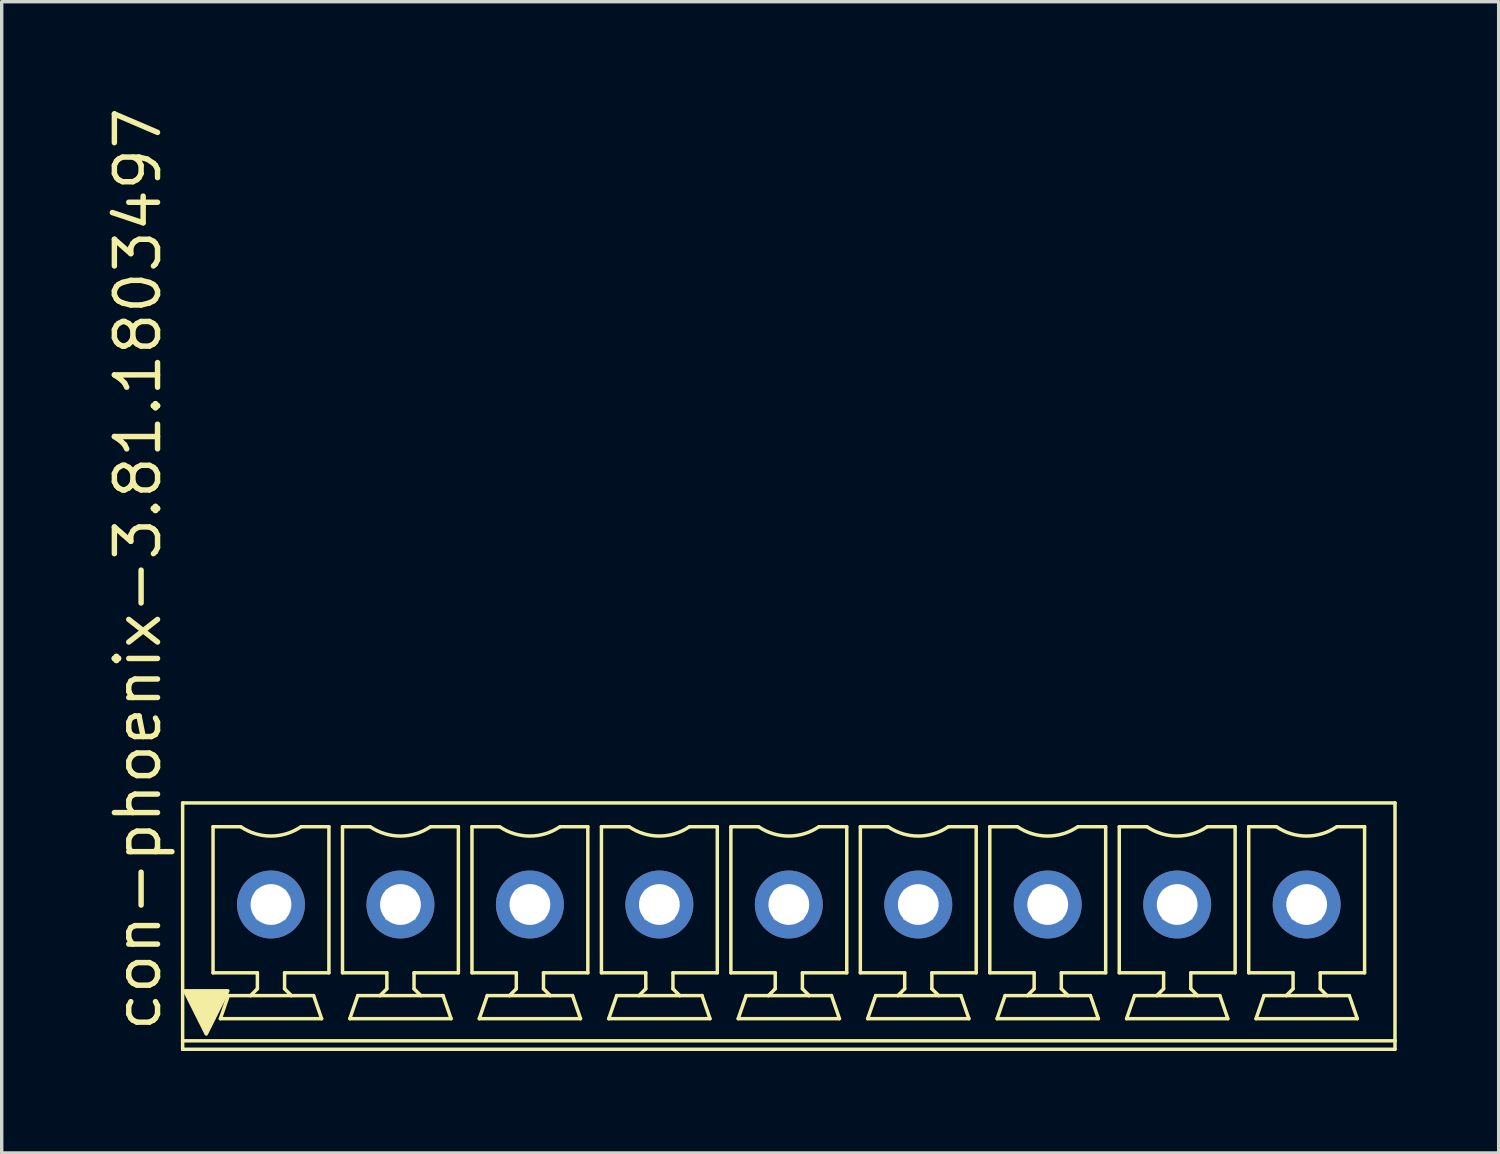
<source format=kicad_pcb>
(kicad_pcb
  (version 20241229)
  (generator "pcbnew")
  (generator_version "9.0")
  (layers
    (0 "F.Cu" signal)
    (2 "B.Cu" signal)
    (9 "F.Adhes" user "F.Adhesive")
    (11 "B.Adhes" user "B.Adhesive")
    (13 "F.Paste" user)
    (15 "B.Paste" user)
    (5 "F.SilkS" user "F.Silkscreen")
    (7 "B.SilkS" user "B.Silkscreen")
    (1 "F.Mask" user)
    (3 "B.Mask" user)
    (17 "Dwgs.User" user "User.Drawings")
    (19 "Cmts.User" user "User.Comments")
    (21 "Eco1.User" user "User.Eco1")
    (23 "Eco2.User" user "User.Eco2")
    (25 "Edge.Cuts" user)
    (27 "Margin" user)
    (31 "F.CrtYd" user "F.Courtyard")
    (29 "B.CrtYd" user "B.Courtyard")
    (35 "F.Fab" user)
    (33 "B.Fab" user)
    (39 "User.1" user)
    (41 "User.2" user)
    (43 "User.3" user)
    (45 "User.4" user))
  (footprint "con-phoenix-3.81.1803497"
    (layer "F.Cu")
    (at 20.165 24.205)
    (property "Reference" "con-phoenix-3.81.1803497" (at -18.415 3.175 90) (layer "F.SilkS") (effects (font (size 1.27 1.27) (thickness 0.16)) (justify left bottom)))
    (attr through_hole)
    (fp_line (start -17.84 3.375) (end -17.84 -3.625) (stroke (width 0.102) (type default)) (layer "F.SilkS"))
    (fp_line (start -17.84 3.375) (end 17.84 3.375) (stroke (width 0.102) (type default)) (layer "F.SilkS"))
    (fp_line (start -17.84 3.625) (end -17.84 3.375) (stroke (width 0.102) (type default)) (layer "F.SilkS"))
    (fp_line (start -17.84 3.625) (end 17.84 3.625) (stroke (width 0.102) (type default)) (layer "F.SilkS"))
    (fp_line (start -16.945 -2.925) (end -16.14 -2.925) (stroke (width 0.102) (type default)) (layer "F.SilkS"))
    (fp_line (start -16.945 1.375) (end -16.945 -2.925) (stroke (width 0.102) (type default)) (layer "F.SilkS"))
    (fp_line (start -16.73 2.725) (end -16.495 2.045) (stroke (width 0.102) (type default)) (layer "F.SilkS"))
    (fp_line (start -16.495 2.045) (end -15.84 2.045) (stroke (width 0.102) (type default)) (layer "F.SilkS"))
    (fp_line (start -15.84 2.045) (end -15.64 1.845) (stroke (width 0.102) (type default)) (layer "F.SilkS"))
    (fp_line (start -15.84 2.045) (end -14.64 2.045) (stroke (width 0.102) (type default)) (layer "F.SilkS"))
    (fp_line (start -15.64 1.375) (end -16.945 1.375) (stroke (width 0.102) (type default)) (layer "F.SilkS"))
    (fp_line (start -15.64 1.845) (end -15.64 1.375) (stroke (width 0.102) (type default)) (layer "F.SilkS"))
    (fp_line (start -14.84 1.375) (end -14.84 1.845) (stroke (width 0.102) (type default)) (layer "F.SilkS"))
    (fp_line (start -14.84 1.845) (end -14.64 2.045) (stroke (width 0.102) (type default)) (layer "F.SilkS"))
    (fp_line (start -14.64 2.045) (end -13.985 2.045) (stroke (width 0.102) (type default)) (layer "F.SilkS"))
    (fp_line (start -14.34 -2.925) (end -13.535 -2.925) (stroke (width 0.102) (type default)) (layer "F.SilkS"))
    (fp_line (start -13.985 2.045) (end -13.75 2.725) (stroke (width 0.102) (type default)) (layer "F.SilkS"))
    (fp_line (start -13.75 2.725) (end -16.73 2.725) (stroke (width 0.102) (type default)) (layer "F.SilkS"))
    (fp_line (start -13.535 1.375) (end -14.84 1.375) (stroke (width 0.102) (type default)) (layer "F.SilkS"))
    (fp_line (start -13.535 1.375) (end -13.535 -2.925) (stroke (width 0.102) (type default)) (layer "F.SilkS"))
    (fp_line (start -13.135 -2.925) (end -12.33 -2.925) (stroke (width 0.102) (type default)) (layer "F.SilkS"))
    (fp_line (start -13.135 1.375) (end -13.135 -2.925) (stroke (width 0.102) (type default)) (layer "F.SilkS"))
    (fp_line (start -12.92 2.725) (end -9.94 2.725) (stroke (width 0.102) (type default)) (layer "F.SilkS"))
    (fp_line (start -12.685 2.045) (end -12.92 2.725) (stroke (width 0.102) (type default)) (layer "F.SilkS"))
    (fp_line (start -12.03 2.045) (end -12.685 2.045) (stroke (width 0.102) (type default)) (layer "F.SilkS"))
    (fp_line (start -12.03 2.045) (end -11.83 1.845) (stroke (width 0.102) (type default)) (layer "F.SilkS"))
    (fp_line (start -12.03 2.045) (end -10.83 2.045) (stroke (width 0.102) (type default)) (layer "F.SilkS"))
    (fp_line (start -11.83 1.375) (end -13.135 1.375) (stroke (width 0.102) (type default)) (layer "F.SilkS"))
    (fp_line (start -11.83 1.375) (end -11.83 1.845) (stroke (width 0.102) (type default)) (layer "F.SilkS"))
    (fp_line (start -11.03 1.375) (end -11.03 1.845) (stroke (width 0.102) (type default)) (layer "F.SilkS"))
    (fp_line (start -11.03 1.845) (end -10.83 2.045) (stroke (width 0.102) (type default)) (layer "F.SilkS"))
    (fp_line (start -10.83 2.045) (end -10.175 2.045) (stroke (width 0.102) (type default)) (layer "F.SilkS"))
    (fp_line (start -10.53 -2.925) (end -9.725 -2.925) (stroke (width 0.102) (type default)) (layer "F.SilkS"))
    (fp_line (start -10.175 2.045) (end -9.94 2.725) (stroke (width 0.102) (type default)) (layer "F.SilkS"))
    (fp_line (start -9.725 1.375) (end -11.03 1.375) (stroke (width 0.102) (type default)) (layer "F.SilkS"))
    (fp_line (start -9.725 1.375) (end -9.725 -2.925) (stroke (width 0.102) (type default)) (layer "F.SilkS"))
    (fp_line (start -9.325 -2.925) (end -8.52 -2.925) (stroke (width 0.102) (type default)) (layer "F.SilkS"))
    (fp_line (start -9.325 1.375) (end -9.325 -2.925) (stroke (width 0.102) (type default)) (layer "F.SilkS"))
    (fp_line (start -9.11 2.725) (end -8.875 2.045) (stroke (width 0.102) (type default)) (layer "F.SilkS"))
    (fp_line (start -8.22 2.045) (end -8.875 2.045) (stroke (width 0.102) (type default)) (layer "F.SilkS"))
    (fp_line (start -8.22 2.045) (end -8.02 1.845) (stroke (width 0.102) (type default)) (layer "F.SilkS"))
    (fp_line (start -8.22 2.045) (end -7.02 2.045) (stroke (width 0.102) (type default)) (layer "F.SilkS"))
    (fp_line (start -8.02 1.375) (end -9.325 1.375) (stroke (width 0.102) (type default)) (layer "F.SilkS"))
    (fp_line (start -8.02 1.375) (end -8.02 1.845) (stroke (width 0.102) (type default)) (layer "F.SilkS"))
    (fp_line (start -7.22 1.375) (end -7.22 1.845) (stroke (width 0.102) (type default)) (layer "F.SilkS"))
    (fp_line (start -7.22 1.845) (end -7.02 2.045) (stroke (width 0.102) (type default)) (layer "F.SilkS"))
    (fp_line (start -6.72 -2.925) (end -5.915 -2.925) (stroke (width 0.102) (type default)) (layer "F.SilkS"))
    (fp_line (start -6.365 2.045) (end -7.02 2.045) (stroke (width 0.102) (type default)) (layer "F.SilkS"))
    (fp_line (start -6.13 2.725) (end -9.11 2.725) (stroke (width 0.102) (type default)) (layer "F.SilkS"))
    (fp_line (start -6.13 2.725) (end -6.365 2.045) (stroke (width 0.102) (type default)) (layer "F.SilkS"))
    (fp_line (start -5.915 1.375) (end -7.22 1.375) (stroke (width 0.102) (type default)) (layer "F.SilkS"))
    (fp_line (start -5.915 1.375) (end -5.915 -2.925) (stroke (width 0.102) (type default)) (layer "F.SilkS"))
    (fp_line (start -5.515 -2.925) (end -4.71 -2.925) (stroke (width 0.102) (type default)) (layer "F.SilkS"))
    (fp_line (start -5.515 1.375) (end -5.515 -2.925) (stroke (width 0.102) (type default)) (layer "F.SilkS"))
    (fp_line (start -5.3 2.725) (end -5.065 2.045) (stroke (width 0.102) (type default)) (layer "F.SilkS"))
    (fp_line (start -5.065 2.045) (end -4.41 2.045) (stroke (width 0.102) (type default)) (layer "F.SilkS"))
    (fp_line (start -4.41 2.045) (end -4.21 1.845) (stroke (width 0.102) (type default)) (layer "F.SilkS"))
    (fp_line (start -4.41 2.045) (end -3.21 2.045) (stroke (width 0.102) (type default)) (layer "F.SilkS"))
    (fp_line (start -4.21 1.375) (end -5.515 1.375) (stroke (width 0.102) (type default)) (layer "F.SilkS"))
    (fp_line (start -4.21 1.375) (end -4.21 1.845) (stroke (width 0.102) (type default)) (layer "F.SilkS"))
    (fp_line (start -3.41 1.375) (end -3.41 1.845) (stroke (width 0.102) (type default)) (layer "F.SilkS"))
    (fp_line (start -3.41 1.845) (end -3.21 2.045) (stroke (width 0.102) (type default)) (layer "F.SilkS"))
    (fp_line (start -3.21 2.045) (end -2.555 2.045) (stroke (width 0.102) (type default)) (layer "F.SilkS"))
    (fp_line (start -2.91 -2.925) (end -2.105 -2.925) (stroke (width 0.102) (type default)) (layer "F.SilkS"))
    (fp_line (start -2.32 2.725) (end -5.3 2.725) (stroke (width 0.102) (type default)) (layer "F.SilkS"))
    (fp_line (start -2.32 2.725) (end -2.555 2.045) (stroke (width 0.102) (type default)) (layer "F.SilkS"))
    (fp_line (start -2.105 1.375) (end -3.41 1.375) (stroke (width 0.102) (type default)) (layer "F.SilkS"))
    (fp_line (start -2.105 1.375) (end -2.105 -2.925) (stroke (width 0.102) (type default)) (layer "F.SilkS"))
    (fp_line (start -1.705 -2.925) (end -0.9 -2.925) (stroke (width 0.102) (type default)) (layer "F.SilkS"))
    (fp_line (start -1.705 1.375) (end -1.705 -2.925) (stroke (width 0.102) (type default)) (layer "F.SilkS"))
    (fp_line (start -1.49 2.725) (end -1.255 2.045) (stroke (width 0.102) (type default)) (layer "F.SilkS"))
    (fp_line (start -1.49 2.725) (end 1.49 2.725) (stroke (width 0.102) (type default)) (layer "F.SilkS"))
    (fp_line (start -1.255 2.045) (end -0.6 2.045) (stroke (width 0.102) (type default)) (layer "F.SilkS"))
    (fp_line (start -0.6 2.045) (end -0.4 1.845) (stroke (width 0.102) (type default)) (layer "F.SilkS"))
    (fp_line (start -0.6 2.045) (end 0.6 2.045) (stroke (width 0.102) (type default)) (layer "F.SilkS"))
    (fp_line (start -0.4 1.375) (end -1.705 1.375) (stroke (width 0.102) (type default)) (layer "F.SilkS"))
    (fp_line (start -0.4 1.375) (end -0.4 1.845) (stroke (width 0.102) (type default)) (layer "F.SilkS"))
    (fp_line (start 0.4 1.375) (end 0.4 1.845) (stroke (width 0.102) (type default)) (layer "F.SilkS"))
    (fp_line (start 0.4 1.845) (end 0.6 2.045) (stroke (width 0.102) (type default)) (layer "F.SilkS"))
    (fp_line (start 0.6 2.045) (end 1.255 2.045) (stroke (width 0.102) (type default)) (layer "F.SilkS"))
    (fp_line (start 0.9 -2.925) (end 1.705 -2.925) (stroke (width 0.102) (type default)) (layer "F.SilkS"))
    (fp_line (start 1.49 2.725) (end 1.255 2.045) (stroke (width 0.102) (type default)) (layer "F.SilkS"))
    (fp_line (start 1.705 1.375) (end 0.4 1.375) (stroke (width 0.102) (type default)) (layer "F.SilkS"))
    (fp_line (start 1.705 1.375) (end 1.705 -2.925) (stroke (width 0.102) (type default)) (layer "F.SilkS"))
    (fp_line (start 2.105 -2.925) (end 2.91 -2.925) (stroke (width 0.102) (type default)) (layer "F.SilkS"))
    (fp_line (start 2.105 1.375) (end 2.105 -2.925) (stroke (width 0.102) (type default)) (layer "F.SilkS"))
    (fp_line (start 2.32 2.725) (end 2.555 2.045) (stroke (width 0.102) (type default)) (layer "F.SilkS"))
    (fp_line (start 2.32 2.725) (end 5.3 2.725) (stroke (width 0.102) (type default)) (layer "F.SilkS"))
    (fp_line (start 3.21 2.045) (end 2.555 2.045) (stroke (width 0.102) (type default)) (layer "F.SilkS"))
    (fp_line (start 3.21 2.045) (end 3.41 1.845) (stroke (width 0.102) (type default)) (layer "F.SilkS"))
    (fp_line (start 3.21 2.045) (end 4.41 2.045) (stroke (width 0.102) (type default)) (layer "F.SilkS"))
    (fp_line (start 3.41 1.375) (end 2.105 1.375) (stroke (width 0.102) (type default)) (layer "F.SilkS"))
    (fp_line (start 3.41 1.375) (end 3.41 1.845) (stroke (width 0.102) (type default)) (layer "F.SilkS"))
    (fp_line (start 4.21 1.375) (end 4.21 1.845) (stroke (width 0.102) (type default)) (layer "F.SilkS"))
    (fp_line (start 4.21 1.845) (end 4.41 2.045) (stroke (width 0.102) (type default)) (layer "F.SilkS"))
    (fp_line (start 4.71 -2.925) (end 5.515 -2.925) (stroke (width 0.102) (type default)) (layer "F.SilkS"))
    (fp_line (start 5.065 2.045) (end 4.41 2.045) (stroke (width 0.102) (type default)) (layer "F.SilkS"))
    (fp_line (start 5.3 2.725) (end 5.065 2.045) (stroke (width 0.102) (type default)) (layer "F.SilkS"))
    (fp_line (start 5.515 1.375) (end 4.21 1.375) (stroke (width 0.102) (type default)) (layer "F.SilkS"))
    (fp_line (start 5.515 1.375) (end 5.515 -2.925) (stroke (width 0.102) (type default)) (layer "F.SilkS"))
    (fp_line (start 5.915 -2.925) (end 6.72 -2.925) (stroke (width 0.102) (type default)) (layer "F.SilkS"))
    (fp_line (start 5.915 1.375) (end 5.915 -2.925) (stroke (width 0.102) (type default)) (layer "F.SilkS"))
    (fp_line (start 6.13 2.725) (end 6.365 2.045) (stroke (width 0.102) (type default)) (layer "F.SilkS"))
    (fp_line (start 6.13 2.725) (end 9.11 2.725) (stroke (width 0.102) (type default)) (layer "F.SilkS"))
    (fp_line (start 6.365 2.045) (end 7.02 2.045) (stroke (width 0.102) (type default)) (layer "F.SilkS"))
    (fp_line (start 7.02 2.045) (end 7.22 1.845) (stroke (width 0.102) (type default)) (layer "F.SilkS"))
    (fp_line (start 7.02 2.045) (end 8.22 2.045) (stroke (width 0.102) (type default)) (layer "F.SilkS"))
    (fp_line (start 7.22 1.375) (end 5.915 1.375) (stroke (width 0.102) (type default)) (layer "F.SilkS"))
    (fp_line (start 7.22 1.375) (end 7.22 1.845) (stroke (width 0.102) (type default)) (layer "F.SilkS"))
    (fp_line (start 8.02 1.375) (end 8.02 1.845) (stroke (width 0.102) (type default)) (layer "F.SilkS"))
    (fp_line (start 8.02 1.845) (end 8.22 2.045) (stroke (width 0.102) (type default)) (layer "F.SilkS"))
    (fp_line (start 8.22 2.045) (end 8.875 2.045) (stroke (width 0.102) (type default)) (layer "F.SilkS"))
    (fp_line (start 8.52 -2.925) (end 9.325 -2.925) (stroke (width 0.102) (type default)) (layer "F.SilkS"))
    (fp_line (start 9.11 2.725) (end 8.875 2.045) (stroke (width 0.102) (type default)) (layer "F.SilkS"))
    (fp_line (start 9.325 1.375) (end 8.02 1.375) (stroke (width 0.102) (type default)) (layer "F.SilkS"))
    (fp_line (start 9.325 1.375) (end 9.325 -2.925) (stroke (width 0.102) (type default)) (layer "F.SilkS"))
    (fp_line (start 9.725 -2.925) (end 10.53 -2.925) (stroke (width 0.102) (type default)) (layer "F.SilkS"))
    (fp_line (start 9.725 1.375) (end 9.725 -2.925) (stroke (width 0.102) (type default)) (layer "F.SilkS"))
    (fp_line (start 9.94 2.725) (end 10.175 2.045) (stroke (width 0.102) (type default)) (layer "F.SilkS"))
    (fp_line (start 9.94 2.725) (end 12.92 2.725) (stroke (width 0.102) (type default)) (layer "F.SilkS"))
    (fp_line (start 10.83 2.045) (end 10.175 2.045) (stroke (width 0.102) (type default)) (layer "F.SilkS"))
    (fp_line (start 10.83 2.045) (end 11.03 1.845) (stroke (width 0.102) (type default)) (layer "F.SilkS"))
    (fp_line (start 10.83 2.045) (end 12.03 2.045) (stroke (width 0.102) (type default)) (layer "F.SilkS"))
    (fp_line (start 11.03 1.375) (end 9.725 1.375) (stroke (width 0.102) (type default)) (layer "F.SilkS"))
    (fp_line (start 11.03 1.375) (end 11.03 1.845) (stroke (width 0.102) (type default)) (layer "F.SilkS"))
    (fp_line (start 11.83 1.375) (end 11.83 1.845) (stroke (width 0.102) (type default)) (layer "F.SilkS"))
    (fp_line (start 11.83 1.845) (end 12.03 2.045) (stroke (width 0.102) (type default)) (layer "F.SilkS"))
    (fp_line (start 12.33 -2.925) (end 13.135 -2.925) (stroke (width 0.102) (type default)) (layer "F.SilkS"))
    (fp_line (start 12.685 2.045) (end 12.03 2.045) (stroke (width 0.102) (type default)) (layer "F.SilkS"))
    (fp_line (start 12.92 2.725) (end 12.685 2.045) (stroke (width 0.102) (type default)) (layer "F.SilkS"))
    (fp_line (start 13.135 1.375) (end 11.83 1.375) (stroke (width 0.102) (type default)) (layer "F.SilkS"))
    (fp_line (start 13.135 1.375) (end 13.135 -2.925) (stroke (width 0.102) (type default)) (layer "F.SilkS"))
    (fp_line (start 13.535 -2.925) (end 14.34 -2.925) (stroke (width 0.102) (type default)) (layer "F.SilkS"))
    (fp_line (start 13.535 1.375) (end 13.535 -2.925) (stroke (width 0.102) (type default)) (layer "F.SilkS"))
    (fp_line (start 13.75 2.725) (end 13.985 2.045) (stroke (width 0.102) (type default)) (layer "F.SilkS"))
    (fp_line (start 13.75 2.725) (end 16.73 2.725) (stroke (width 0.102) (type default)) (layer "F.SilkS"))
    (fp_line (start 13.985 2.045) (end 14.64 2.045) (stroke (width 0.102) (type default)) (layer "F.SilkS"))
    (fp_line (start 14.64 2.045) (end 14.84 1.845) (stroke (width 0.102) (type default)) (layer "F.SilkS"))
    (fp_line (start 14.64 2.045) (end 15.84 2.045) (stroke (width 0.102) (type default)) (layer "F.SilkS"))
    (fp_line (start 14.84 1.375) (end 13.535 1.375) (stroke (width 0.102) (type default)) (layer "F.SilkS"))
    (fp_line (start 14.84 1.375) (end 14.84 1.845) (stroke (width 0.102) (type default)) (layer "F.SilkS"))
    (fp_line (start 15.64 1.375) (end 15.64 1.845) (stroke (width 0.102) (type default)) (layer "F.SilkS"))
    (fp_line (start 15.64 1.845) (end 15.84 2.045) (stroke (width 0.102) (type default)) (layer "F.SilkS"))
    (fp_line (start 15.84 2.045) (end 16.495 2.045) (stroke (width 0.102) (type default)) (layer "F.SilkS"))
    (fp_line (start 16.14 -2.925) (end 16.945 -2.925) (stroke (width 0.102) (type default)) (layer "F.SilkS"))
    (fp_line (start 16.73 2.725) (end 16.495 2.045) (stroke (width 0.102) (type default)) (layer "F.SilkS"))
    (fp_line (start 16.945 1.375) (end 15.64 1.375) (stroke (width 0.102) (type default)) (layer "F.SilkS"))
    (fp_line (start 16.945 1.375) (end 16.945 -2.925) (stroke (width 0.102) (type default)) (layer "F.SilkS"))
    (fp_line (start 17.84 -3.625) (end -17.84 -3.625) (stroke (width 0.102) (type default)) (layer "F.SilkS"))
    (fp_line (start 17.84 3.375) (end 17.84 -3.625) (stroke (width 0.102) (type default)) (layer "F.SilkS"))
    (fp_line (start 17.84 3.625) (end 17.84 3.375) (stroke (width 0.102) (type default)) (layer "F.SilkS"))
    (fp_arc (start -14.355 -2.925) (mid -15.2425 -2.649947) (end -16.13 -2.925) (stroke (width 0.1016) (type default)) (layer "F.SilkS"))
    (fp_arc (start -10.545 -2.925) (mid -11.4325 -2.649947) (end -12.32 -2.925) (stroke (width 0.1016) (type default)) (layer "F.SilkS"))
    (fp_arc (start -6.735 -2.925) (mid -7.6225 -2.649947) (end -8.51 -2.925) (stroke (width 0.1016) (type default)) (layer "F.SilkS"))
    (fp_arc (start -2.925 -2.925) (mid -3.8125 -2.649947) (end -4.7 -2.925) (stroke (width 0.1016) (type default)) (layer "F.SilkS"))
    (fp_arc (start 0.885 -2.925) (mid -0.0025 -2.649947) (end -0.89 -2.925) (stroke (width 0.1016) (type default)) (layer "F.SilkS"))
    (fp_arc (start 4.695 -2.925) (mid 3.8075 -2.649947) (end 2.92 -2.925) (stroke (width 0.1016) (type default)) (layer "F.SilkS"))
    (fp_arc (start 8.505 -2.925) (mid 7.6175 -2.649947) (end 6.73 -2.925) (stroke (width 0.1016) (type default)) (layer "F.SilkS"))
    (fp_arc (start 12.315 -2.925) (mid 11.4275 -2.649947) (end 10.54 -2.925) (stroke (width 0.1016) (type default)) (layer "F.SilkS"))
    (fp_arc (start 16.125 -2.925) (mid 15.2375 -2.649947) (end 14.35 -2.925) (stroke (width 0.1016) (type default)) (layer "F.SilkS"))
    (fp_poly (pts (xy -17.145 3.175) (xy -17.78 1.905) (xy -16.51 1.905)) (stroke (width 0.102) (type default)) (fill yes) (layer "F.SilkS"))
    (fp_line (start -15.64 -1.025) (end -15.64 -0.225) (stroke (width 0.102) (type default)) (layer "F.Fab"))
    (fp_line (start -15.64 -1.025) (end -15.372 -0.757) (stroke (width 0.102) (type default)) (layer "F.Fab"))
    (fp_line (start -15.64 -1.025) (end -14.84 -1.025) (stroke (width 0.102) (type default)) (layer "F.Fab"))
    (fp_line (start -15.372 -0.757) (end -15.372 -0.493) (stroke (width 0.102) (type default)) (layer "F.Fab"))
    (fp_line (start -15.372 -0.493) (end -15.64 -0.225) (stroke (width 0.102) (type default)) (layer "F.Fab"))
    (fp_line (start -15.372 -0.493) (end -15.108 -0.493) (stroke (width 0.102) (type default)) (layer "F.Fab"))
    (fp_line (start -15.108 -0.757) (end -15.372 -0.757) (stroke (width 0.102) (type default)) (layer "F.Fab"))
    (fp_line (start -15.108 -0.493) (end -15.108 -0.757) (stroke (width 0.102) (type default)) (layer "F.Fab"))
    (fp_line (start -15.108 -0.493) (end -14.84 -0.225) (stroke (width 0.102) (type default)) (layer "F.Fab"))
    (fp_line (start -14.84 -1.025) (end -15.108 -0.757) (stroke (width 0.102) (type default)) (layer "F.Fab"))
    (fp_line (start -14.84 -1.025) (end -14.84 -0.225) (stroke (width 0.102) (type default)) (layer "F.Fab"))
    (fp_line (start -14.84 -0.225) (end -15.64 -0.225) (stroke (width 0.102) (type default)) (layer "F.Fab"))
    (fp_line (start -11.83 -0.225) (end -11.83 -1.025) (stroke (width 0.102) (type default)) (layer "F.Fab"))
    (fp_line (start -11.562 -0.757) (end -11.83 -1.025) (stroke (width 0.102) (type default)) (layer "F.Fab"))
    (fp_line (start -11.562 -0.757) (end -11.562 -0.493) (stroke (width 0.102) (type default)) (layer "F.Fab"))
    (fp_line (start -11.562 -0.493) (end -11.83 -0.225) (stroke (width 0.102) (type default)) (layer "F.Fab"))
    (fp_line (start -11.562 -0.493) (end -11.298 -0.493) (stroke (width 0.102) (type default)) (layer "F.Fab"))
    (fp_line (start -11.298 -0.757) (end -11.562 -0.757) (stroke (width 0.102) (type default)) (layer "F.Fab"))
    (fp_line (start -11.298 -0.493) (end -11.298 -0.757) (stroke (width 0.102) (type default)) (layer "F.Fab"))
    (fp_line (start -11.298 -0.493) (end -11.03 -0.225) (stroke (width 0.102) (type default)) (layer "F.Fab"))
    (fp_line (start -11.03 -1.025) (end -11.83 -1.025) (stroke (width 0.102) (type default)) (layer "F.Fab"))
    (fp_line (start -11.03 -1.025) (end -11.298 -0.757) (stroke (width 0.102) (type default)) (layer "F.Fab"))
    (fp_line (start -11.03 -1.025) (end -11.03 -0.225) (stroke (width 0.102) (type default)) (layer "F.Fab"))
    (fp_line (start -11.03 -0.225) (end -11.83 -0.225) (stroke (width 0.102) (type default)) (layer "F.Fab"))
    (fp_line (start -8.02 -1.025) (end -7.752 -0.757) (stroke (width 0.102) (type default)) (layer "F.Fab"))
    (fp_line (start -8.02 -1.025) (end -7.22 -1.025) (stroke (width 0.102) (type default)) (layer "F.Fab"))
    (fp_line (start -8.02 -0.225) (end -8.02 -1.025) (stroke (width 0.102) (type default)) (layer "F.Fab"))
    (fp_line (start -7.752 -0.757) (end -7.752 -0.493) (stroke (width 0.102) (type default)) (layer "F.Fab"))
    (fp_line (start -7.752 -0.493) (end -8.02 -0.225) (stroke (width 0.102) (type default)) (layer "F.Fab"))
    (fp_line (start -7.752 -0.493) (end -7.488 -0.493) (stroke (width 0.102) (type default)) (layer "F.Fab"))
    (fp_line (start -7.488 -0.757) (end -7.752 -0.757) (stroke (width 0.102) (type default)) (layer "F.Fab"))
    (fp_line (start -7.488 -0.493) (end -7.488 -0.757) (stroke (width 0.102) (type default)) (layer "F.Fab"))
    (fp_line (start -7.488 -0.493) (end -7.22 -0.225) (stroke (width 0.102) (type default)) (layer "F.Fab"))
    (fp_line (start -7.22 -1.025) (end -7.488 -0.757) (stroke (width 0.102) (type default)) (layer "F.Fab"))
    (fp_line (start -7.22 -1.025) (end -7.22 -0.225) (stroke (width 0.102) (type default)) (layer "F.Fab"))
    (fp_line (start -7.22 -0.225) (end -8.02 -0.225) (stroke (width 0.102) (type default)) (layer "F.Fab"))
    (fp_line (start -4.21 -1.025) (end -3.942 -0.757) (stroke (width 0.102) (type default)) (layer "F.Fab"))
    (fp_line (start -4.21 -1.025) (end -3.41 -1.025) (stroke (width 0.102) (type default)) (layer "F.Fab"))
    (fp_line (start -4.21 -0.225) (end -4.21 -1.025) (stroke (width 0.102) (type default)) (layer "F.Fab"))
    (fp_line (start -3.942 -0.757) (end -3.942 -0.493) (stroke (width 0.102) (type default)) (layer "F.Fab"))
    (fp_line (start -3.942 -0.493) (end -4.21 -0.225) (stroke (width 0.102) (type default)) (layer "F.Fab"))
    (fp_line (start -3.942 -0.493) (end -3.678 -0.493) (stroke (width 0.102) (type default)) (layer "F.Fab"))
    (fp_line (start -3.678 -0.757) (end -3.942 -0.757) (stroke (width 0.102) (type default)) (layer "F.Fab"))
    (fp_line (start -3.678 -0.493) (end -3.678 -0.757) (stroke (width 0.102) (type default)) (layer "F.Fab"))
    (fp_line (start -3.678 -0.493) (end -3.41 -0.225) (stroke (width 0.102) (type default)) (layer "F.Fab"))
    (fp_line (start -3.41 -1.025) (end -3.678 -0.757) (stroke (width 0.102) (type default)) (layer "F.Fab"))
    (fp_line (start -3.41 -1.025) (end -3.41 -0.225) (stroke (width 0.102) (type default)) (layer "F.Fab"))
    (fp_line (start -3.41 -0.225) (end -4.21 -0.225) (stroke (width 0.102) (type default)) (layer "F.Fab"))
    (fp_line (start -0.4 -1.025) (end 0.4 -1.025) (stroke (width 0.102) (type default)) (layer "F.Fab"))
    (fp_line (start -0.4 -0.225) (end -0.4 -1.025) (stroke (width 0.102) (type default)) (layer "F.Fab"))
    (fp_line (start -0.132 -0.757) (end -0.4 -1.025) (stroke (width 0.102) (type default)) (layer "F.Fab"))
    (fp_line (start -0.132 -0.757) (end -0.132 -0.493) (stroke (width 0.102) (type default)) (layer "F.Fab"))
    (fp_line (start -0.132 -0.493) (end -0.4 -0.225) (stroke (width 0.102) (type default)) (layer "F.Fab"))
    (fp_line (start -0.132 -0.493) (end 0.132 -0.493) (stroke (width 0.102) (type default)) (layer "F.Fab"))
    (fp_line (start 0.132 -0.757) (end -0.132 -0.757) (stroke (width 0.102) (type default)) (layer "F.Fab"))
    (fp_line (start 0.132 -0.493) (end 0.132 -0.757) (stroke (width 0.102) (type default)) (layer "F.Fab"))
    (fp_line (start 0.132 -0.493) (end 0.4 -0.225) (stroke (width 0.102) (type default)) (layer "F.Fab"))
    (fp_line (start 0.4 -1.025) (end 0.132 -0.757) (stroke (width 0.102) (type default)) (layer "F.Fab"))
    (fp_line (start 0.4 -1.025) (end 0.4 -0.225) (stroke (width 0.102) (type default)) (layer "F.Fab"))
    (fp_line (start 0.4 -0.225) (end -0.4 -0.225) (stroke (width 0.102) (type default)) (layer "F.Fab"))
    (fp_line (start 3.41 -1.025) (end 3.678 -0.757) (stroke (width 0.102) (type default)) (layer "F.Fab"))
    (fp_line (start 3.41 -1.025) (end 4.21 -1.025) (stroke (width 0.102) (type default)) (layer "F.Fab"))
    (fp_line (start 3.41 -0.225) (end 3.41 -1.025) (stroke (width 0.102) (type default)) (layer "F.Fab"))
    (fp_line (start 3.678 -0.757) (end 3.678 -0.493) (stroke (width 0.102) (type default)) (layer "F.Fab"))
    (fp_line (start 3.678 -0.493) (end 3.41 -0.225) (stroke (width 0.102) (type default)) (layer "F.Fab"))
    (fp_line (start 3.678 -0.493) (end 3.942 -0.493) (stroke (width 0.102) (type default)) (layer "F.Fab"))
    (fp_line (start 3.942 -0.757) (end 3.678 -0.757) (stroke (width 0.102) (type default)) (layer "F.Fab"))
    (fp_line (start 3.942 -0.493) (end 3.942 -0.757) (stroke (width 0.102) (type default)) (layer "F.Fab"))
    (fp_line (start 3.942 -0.493) (end 4.21 -0.225) (stroke (width 0.102) (type default)) (layer "F.Fab"))
    (fp_line (start 4.21 -1.025) (end 3.942 -0.757) (stroke (width 0.102) (type default)) (layer "F.Fab"))
    (fp_line (start 4.21 -1.025) (end 4.21 -0.225) (stroke (width 0.102) (type default)) (layer "F.Fab"))
    (fp_line (start 4.21 -0.225) (end 3.41 -0.225) (stroke (width 0.102) (type default)) (layer "F.Fab"))
    (fp_line (start 7.22 -1.025) (end 7.488 -0.757) (stroke (width 0.102) (type default)) (layer "F.Fab"))
    (fp_line (start 7.22 -1.025) (end 8.02 -1.025) (stroke (width 0.102) (type default)) (layer "F.Fab"))
    (fp_line (start 7.22 -0.225) (end 7.22 -1.025) (stroke (width 0.102) (type default)) (layer "F.Fab"))
    (fp_line (start 7.488 -0.757) (end 7.488 -0.493) (stroke (width 0.102) (type default)) (layer "F.Fab"))
    (fp_line (start 7.488 -0.493) (end 7.22 -0.225) (stroke (width 0.102) (type default)) (layer "F.Fab"))
    (fp_line (start 7.488 -0.493) (end 7.752 -0.493) (stroke (width 0.102) (type default)) (layer "F.Fab"))
    (fp_line (start 7.752 -0.757) (end 7.488 -0.757) (stroke (width 0.102) (type default)) (layer "F.Fab"))
    (fp_line (start 7.752 -0.757) (end 8.02 -1.025) (stroke (width 0.102) (type default)) (layer "F.Fab"))
    (fp_line (start 7.752 -0.493) (end 7.752 -0.757) (stroke (width 0.102) (type default)) (layer "F.Fab"))
    (fp_line (start 7.752 -0.493) (end 8.02 -0.225) (stroke (width 0.102) (type default)) (layer "F.Fab"))
    (fp_line (start 8.02 -1.025) (end 8.02 -0.225) (stroke (width 0.102) (type default)) (layer "F.Fab"))
    (fp_line (start 8.02 -0.225) (end 7.22 -0.225) (stroke (width 0.102) (type default)) (layer "F.Fab"))
    (fp_line (start 11.03 -1.025) (end 11.298 -0.757) (stroke (width 0.102) (type default)) (layer "F.Fab"))
    (fp_line (start 11.03 -1.025) (end 11.83 -1.025) (stroke (width 0.102) (type default)) (layer "F.Fab"))
    (fp_line (start 11.03 -0.225) (end 11.03 -1.025) (stroke (width 0.102) (type default)) (layer "F.Fab"))
    (fp_line (start 11.03 -0.225) (end 11.83 -0.225) (stroke (width 0.102) (type default)) (layer "F.Fab"))
    (fp_line (start 11.298 -0.757) (end 11.298 -0.493) (stroke (width 0.102) (type default)) (layer "F.Fab"))
    (fp_line (start 11.298 -0.493) (end 11.03 -0.225) (stroke (width 0.102) (type default)) (layer "F.Fab"))
    (fp_line (start 11.298 -0.493) (end 11.562 -0.493) (stroke (width 0.102) (type default)) (layer "F.Fab"))
    (fp_line (start 11.562 -0.757) (end 11.298 -0.757) (stroke (width 0.102) (type default)) (layer "F.Fab"))
    (fp_line (start 11.562 -0.757) (end 11.83 -1.025) (stroke (width 0.102) (type default)) (layer "F.Fab"))
    (fp_line (start 11.562 -0.493) (end 11.562 -0.757) (stroke (width 0.102) (type default)) (layer "F.Fab"))
    (fp_line (start 11.83 -0.225) (end 11.562 -0.493) (stroke (width 0.102) (type default)) (layer "F.Fab"))
    (fp_line (start 11.83 -0.225) (end 11.83 -1.025) (stroke (width 0.102) (type default)) (layer "F.Fab"))
    (fp_line (start 14.84 -1.025) (end 15.108 -0.757) (stroke (width 0.102) (type default)) (layer "F.Fab"))
    (fp_line (start 14.84 -1.025) (end 15.64 -1.025) (stroke (width 0.102) (type default)) (layer "F.Fab"))
    (fp_line (start 14.84 -0.225) (end 14.84 -1.025) (stroke (width 0.102) (type default)) (layer "F.Fab"))
    (fp_line (start 15.108 -0.757) (end 15.108 -0.493) (stroke (width 0.102) (type default)) (layer "F.Fab"))
    (fp_line (start 15.108 -0.493) (end 14.84 -0.225) (stroke (width 0.102) (type default)) (layer "F.Fab"))
    (fp_line (start 15.108 -0.493) (end 15.372 -0.493) (stroke (width 0.102) (type default)) (layer "F.Fab"))
    (fp_line (start 15.372 -0.757) (end 15.108 -0.757) (stroke (width 0.102) (type default)) (layer "F.Fab"))
    (fp_line (start 15.372 -0.493) (end 15.372 -0.757) (stroke (width 0.102) (type default)) (layer "F.Fab"))
    (fp_line (start 15.372 -0.493) (end 15.64 -0.225) (stroke (width 0.102) (type default)) (layer "F.Fab"))
    (fp_line (start 15.64 -1.025) (end 15.372 -0.757) (stroke (width 0.102) (type default)) (layer "F.Fab"))
    (fp_line (start 15.64 -1.025) (end 15.64 -0.225) (stroke (width 0.102) (type default)) (layer "F.Fab"))
    (fp_line (start 15.64 -0.225) (end 14.84 -0.225) (stroke (width 0.102) (type default)) (layer "F.Fab"))
    (pad "1" thru_hole circle (at -15.24 -0.635) (size 2 2) (drill 1.2) (layers "*.Cu" "*.Mask"))
    (pad "2" thru_hole circle (at -11.43 -0.635) (size 2 2) (drill 1.2) (layers "*.Cu" "*.Mask"))
    (pad "3" thru_hole circle (at -7.62 -0.635) (size 2 2) (drill 1.2) (layers "*.Cu" "*.Mask"))
    (pad "4" thru_hole circle (at -3.81 -0.635) (size 2 2) (drill 1.2) (layers "*.Cu" "*.Mask"))
    (pad "5" thru_hole circle (at 0 -0.635) (size 2 2) (drill 1.2) (layers "*.Cu" "*.Mask"))
    (pad "6" thru_hole circle (at 3.81 -0.635) (size 2 2) (drill 1.2) (layers "*.Cu" "*.Mask"))
    (pad "7" thru_hole circle (at 7.62 -0.635) (size 2 2) (drill 1.2) (layers "*.Cu" "*.Mask"))
    (pad "8" thru_hole circle (at 11.43 -0.635) (size 2 2) (drill 1.2) (layers "*.Cu" "*.Mask"))
    (pad "9" thru_hole circle (at 15.24 -0.635) (size 2 2) (drill 1.2) (layers "*.Cu" "*.Mask")))
  (gr_rect
    (start -3 -3)
    (end 41.056 30.881)
    (stroke (width 0.1) (type default))
    (fill no)
    (layer "Edge.Cuts")))
</source>
